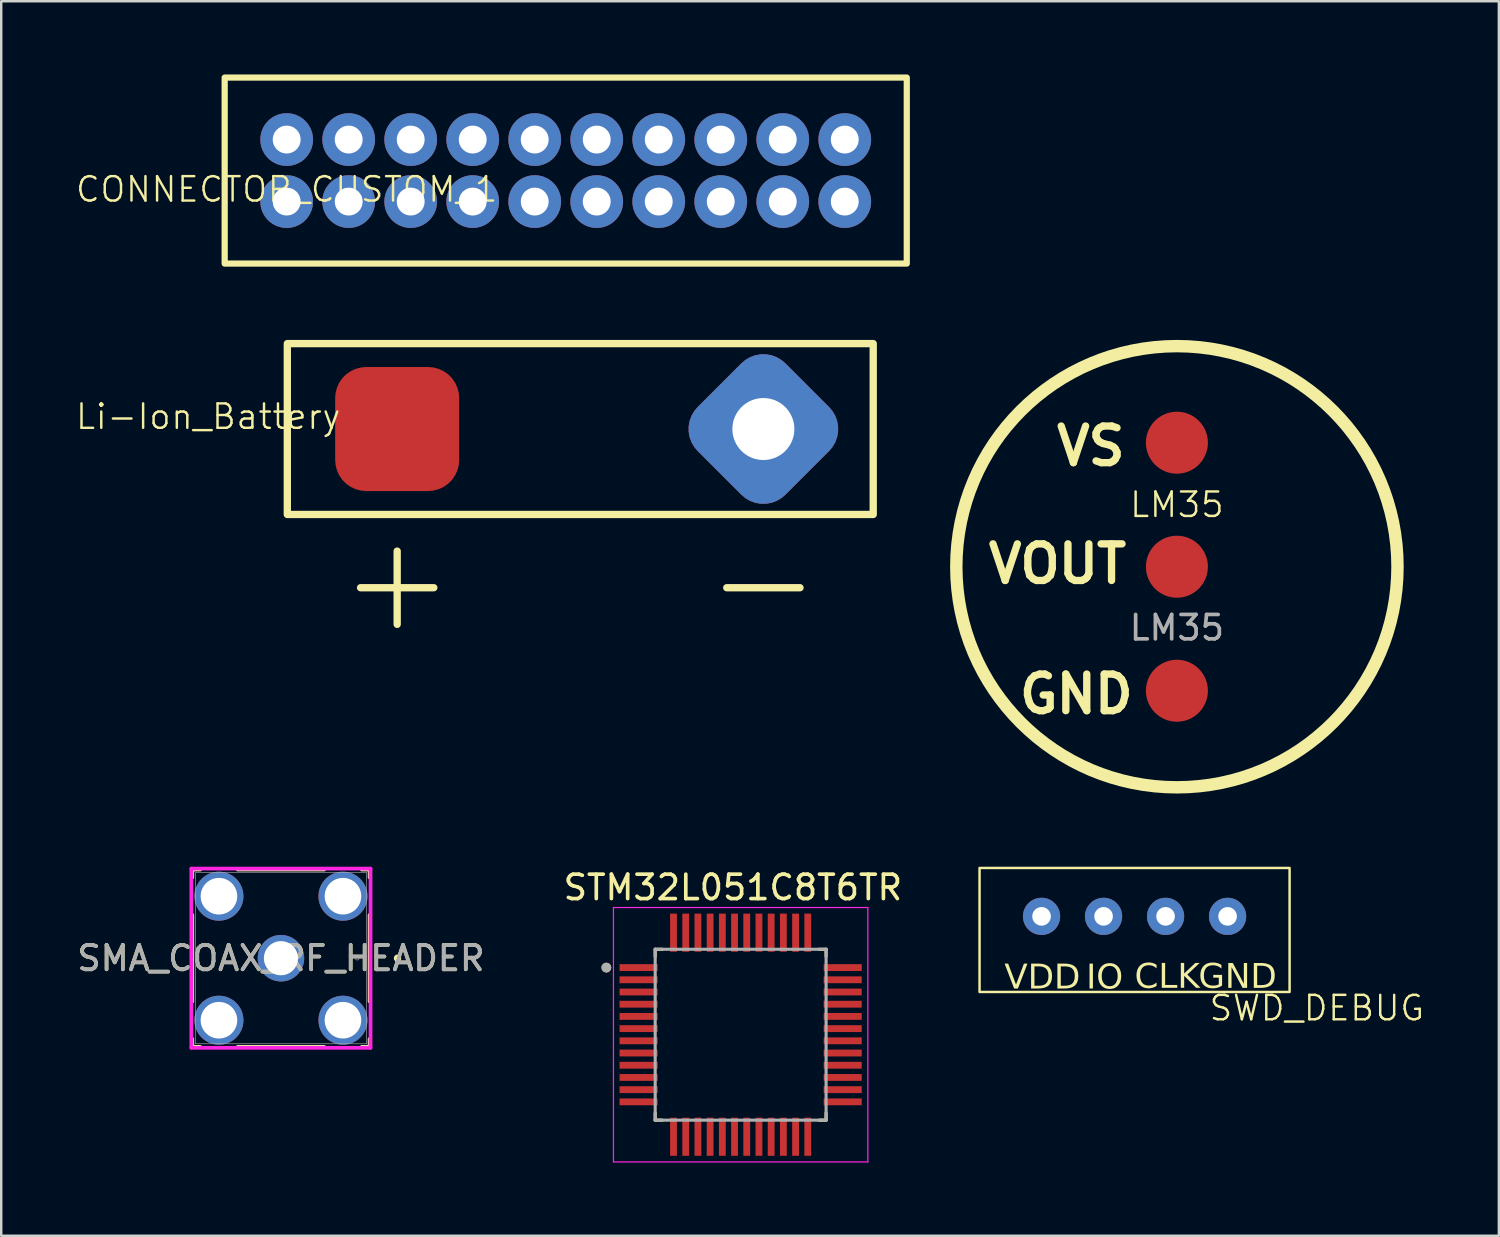
<source format=kicad_pcb>
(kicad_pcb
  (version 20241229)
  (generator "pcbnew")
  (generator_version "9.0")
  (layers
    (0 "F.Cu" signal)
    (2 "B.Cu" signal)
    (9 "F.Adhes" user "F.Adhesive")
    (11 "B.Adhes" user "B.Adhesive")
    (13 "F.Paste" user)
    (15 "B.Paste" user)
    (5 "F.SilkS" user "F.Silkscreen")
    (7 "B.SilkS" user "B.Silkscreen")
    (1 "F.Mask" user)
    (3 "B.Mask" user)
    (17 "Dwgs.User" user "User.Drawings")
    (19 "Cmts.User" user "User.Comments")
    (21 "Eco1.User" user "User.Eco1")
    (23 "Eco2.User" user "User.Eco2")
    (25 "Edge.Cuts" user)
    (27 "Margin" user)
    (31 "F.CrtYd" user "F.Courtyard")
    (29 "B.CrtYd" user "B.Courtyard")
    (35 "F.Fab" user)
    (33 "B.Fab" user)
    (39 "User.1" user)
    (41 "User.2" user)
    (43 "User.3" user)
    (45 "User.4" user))
  (footprint "Li-Ion_Battery"
    (layer "F.Cu")
    (at 20.719 14.524)
    (property "Reference" "Li-Ion_Battery" (at -15.24 -0.508 0) (unlocked yes) (layer "F.SilkS") (effects (font (size 1 1) (thickness 0.1))))
    (attr smd)
    (fp_line (start -9 6.5) (end -6 6.5) (stroke (width 0.3) (type default)) (layer "F.SilkS"))
    (fp_line (start -7.5 5) (end -7.5 8) (stroke (width 0.3) (type default)) (layer "F.SilkS"))
    (fp_line (start 6 6.5) (end 9 6.5) (stroke (width 0.3) (type default)) (layer "F.SilkS"))
    (fp_rect (start -12 -3.5) (end 12 3.5) (stroke (width 0.3) (type default)) (fill no) (layer "F.SilkS"))
    (pad "1" smd roundrect (at -7.5 0) (size 5.08 5.08) (layers "F.Cu" "F.Mask" "F.Paste") (roundrect_rratio 0.25))
    (pad "2" thru_hole roundrect (at 7.5 0 45) (size 5.08 5.08) (drill 2.54) (layers "*.Cu" "*.Mask") (roundrect_rratio 0.25)))
  (footprint "SMA_COAX_RF_HEADER"
    (layer "F.Cu")
    (at 8.458 36.2)
    (property "Reference" "SMA_COAX_RF_HEADER" (at 0 0 0) (unlocked yes) (layer "F.SilkS") (effects (font (size 1 1) (thickness 0.15))))
    (attr through_hole)
    (fp_line (start -3.632 -3.632) (end -3.632 -3.309) (stroke (width 0.152) (type solid)) (layer "F.SilkS"))
    (fp_line (start -3.632 -1.771) (end -3.632 1.771) (stroke (width 0.152) (type solid)) (layer "F.SilkS"))
    (fp_line (start -3.632 3.309) (end -3.632 3.632) (stroke (width 0.152) (type solid)) (layer "F.SilkS"))
    (fp_line (start -3.632 3.632) (end -3.309 3.632) (stroke (width 0.152) (type solid)) (layer "F.SilkS"))
    (fp_line (start -3.309 -3.632) (end -3.632 -3.632) (stroke (width 0.152) (type solid)) (layer "F.SilkS"))
    (fp_line (start -1.771 3.632) (end 1.771 3.632) (stroke (width 0.152) (type solid)) (layer "F.SilkS"))
    (fp_line (start 1.771 -3.632) (end -1.771 -3.632) (stroke (width 0.152) (type solid)) (layer "F.SilkS"))
    (fp_line (start 3.309 3.632) (end 3.632 3.632) (stroke (width 0.152) (type solid)) (layer "F.SilkS"))
    (fp_line (start 3.632 -3.632) (end 3.309 -3.632) (stroke (width 0.152) (type solid)) (layer "F.SilkS"))
    (fp_line (start 3.632 -3.309) (end 3.632 -3.632) (stroke (width 0.152) (type solid)) (layer "F.SilkS"))
    (fp_line (start 3.632 1.771) (end 3.632 -1.771) (stroke (width 0.152) (type solid)) (layer "F.SilkS"))
    (fp_line (start 3.632 3.632) (end 3.632 3.309) (stroke (width 0.152) (type solid)) (layer "F.SilkS"))
    (fp_circle (center 4.775 0) (end 4.851 0) (stroke (width 0.152) (type solid)) (fill no) (layer "F.SilkS"))
    (fp_line (start -3.67 -3.67) (end 3.67 -3.67) (stroke (width 0.152) (type solid)) (layer "F.CrtYd"))
    (fp_line (start -3.67 3.67) (end -3.67 -3.67) (stroke (width 0.152) (type solid)) (layer "F.CrtYd"))
    (fp_line (start 3.67 -3.67) (end 3.67 3.67) (stroke (width 0.152) (type solid)) (layer "F.CrtYd"))
    (fp_line (start 3.67 3.67) (end -3.67 3.67) (stroke (width 0.152) (type solid)) (layer "F.CrtYd"))
    (fp_line (start -3.505 -3.505) (end -3.505 3.505) (stroke (width 0.025) (type solid)) (layer "F.Fab"))
    (fp_line (start -3.505 3.505) (end 3.505 3.505) (stroke (width 0.025) (type solid)) (layer "F.Fab"))
    (fp_line (start 3.505 -3.505) (end -3.505 -3.505) (stroke (width 0.025) (type solid)) (layer "F.Fab"))
    (fp_line (start 3.505 3.505) (end 3.505 -3.505) (stroke (width 0.025) (type solid)) (layer "F.Fab"))
    (fp_circle (center 3.124 0) (end 3.2 0) (stroke (width 0.025) (type solid)) (fill no) (layer "F.Fab"))
    (fp_text user "${REFERENCE}" (at 0 0 0) (unlocked yes) (layer "F.Fab") (effects (font (size 1 1) (thickness 0.15))))
    (pad "1" thru_hole circle (at 2.54 -2.54) (size 2.007 2.007) (drill 1.499) (layers "*.Cu" "*.Mask"))
    (pad "2" thru_hole circle (at -2.54 -2.54) (size 2.007 2.007) (drill 1.499) (layers "*.Cu" "*.Mask"))
    (pad "3" thru_hole circle (at -2.54 2.54) (size 2.007 2.007) (drill 1.499) (layers "*.Cu" "*.Mask"))
    (pad "4" thru_hole circle (at 2.54 2.54) (size 2.007 2.007) (drill 1.499) (layers "*.Cu" "*.Mask"))
    (pad "5" thru_hole circle (at 0 0) (size 1.905 1.905) (drill 1.397) (layers "*.Cu" "*.Mask")))
  (footprint "SWD_DEBUG"
    (layer "F.Cu")
    (at 43.83 35.805)
    (property "Reference" "SWD_DEBUG" (at 7.061 2.438 0) (unlocked yes) (layer "F.SilkS") (effects (font (size 1 1) (thickness 0.1))))
    (attr smd)
    (fp_rect (start -6.756 -3.302) (end 5.944 1.778) (stroke (width 0.1) (type default)) (fill no) (layer "F.SilkS"))
    (fp_text user "VDD" (at -5.74 1.806 0) (unlocked yes) (layer "F.SilkS") (effects (font (face "Exo 2") (size 1 1) (thickness 0.1)) (justify left bottom)))
    (fp_text user "GND" (at 2.21 1.78 0) (unlocked yes) (layer "F.SilkS") (effects (font (face "Exo 2") (size 1 1) (thickness 0.1)) (justify left bottom)))
    (fp_text user "IO" (at -2.388 1.806 0) (unlocked yes) (layer "F.SilkS") (effects (font (face "Exo 2") (size 1 1) (thickness 0.1)) (justify left bottom)))
    (fp_text user "CLK" (at -0.406 1.778 0) (unlocked yes) (layer "F.SilkS") (effects (font (face "Exo 2") (size 1 1) (thickness 0.1)) (justify left bottom)))
    (pad "1" thru_hole circle (at -4.216 -1.319) (size 1.524 1.524) (drill 0.762) (layers "*.Cu" "*.Mask"))
    (pad "2" thru_hole circle (at -1.676 -1.319) (size 1.524 1.524) (drill 0.762) (layers "*.Cu" "*.Mask"))
    (pad "3" thru_hole circle (at 0.864 -1.319) (size 1.524 1.524) (drill 0.762) (layers "*.Cu" "*.Mask"))
    (pad "4" thru_hole circle (at 3.404 -1.319) (size 1.524 1.524) (drill 0.762) (layers "*.Cu" "*.Mask")))
  (footprint "LM35"
    (layer "F.Cu")
    (at 45.158 20.164)
    (property "Reference" "LM35" (at 0 -2.54 0) (unlocked yes) (layer "F.SilkS") (effects (font (size 1 1) (thickness 0.1))))
    (attr smd)
    (fp_circle (center 0 0) (end 9.036 0) (stroke (width 0.508) (type default)) (fill no) (layer "F.SilkS"))
    (fp_text user "VOUT" (at -7.874 0.762 0) (unlocked yes) (layer "F.SilkS") (effects (font (size 1.5 1.5) (thickness 0.3) (bold yes)) (justify left bottom)))
    (fp_text user "VS" (at -5.08 -4.064 0) (unlocked yes) (layer "F.SilkS") (effects (font (size 1.5 1.5) (thickness 0.3) (bold yes)) (justify left bottom)))
    (fp_text user "GND" (at -6.604 6.096 0) (unlocked yes) (layer "F.SilkS") (effects (font (size 1.5 1.5) (thickness 0.3) (bold yes)) (justify left bottom)))
    (fp_text user "${REFERENCE}" (at 0 2.5 0) (unlocked yes) (layer "F.Fab") (effects (font (size 1 1) (thickness 0.15))))
    (pad "1" smd circle (at 0 -5.08) (size 2.54 2.54) (layers "F.Cu" "F.Mask" "F.Paste"))
    (pad "2" smd circle (at 0 0) (size 2.54 2.54) (layers "F.Cu" "F.Mask" "F.Paste"))
    (pad "3" smd circle (at 0 5.08) (size 2.54 2.54) (layers "F.Cu" "F.Mask" "F.Paste")))
  (footprint "CONNECTOR_CUSTOM_1"
    (layer "F.Cu")
    (at 8.693 5.207)
    (property "Reference" "CONNECTOR_CUSTOM_1" (at 0 -0.5 0) (unlocked yes) (layer "F.SilkS") (effects (font (size 1 1) (thickness 0.1))))
    (attr smd)
    (fp_rect (start -2.54 -5.08) (end 25.4 2.54) (stroke (width 0.254) (type default)) (fill no) (layer "F.SilkS"))
    (pad "1" thru_hole circle (at 0 -2.54) (size 2.159 2.159) (drill 1.143) (layers "*.Cu" "*.Mask"))
    (pad "2" thru_hole circle (at 2.54 -2.54) (size 2.159 2.159) (drill 1.143) (layers "*.Cu" "*.Mask"))
    (pad "3" thru_hole circle (at 5.08 -2.54) (size 2.159 2.159) (drill 1.143) (layers "*.Cu" "*.Mask"))
    (pad "4" thru_hole circle (at 7.62 -2.54) (size 2.159 2.159) (drill 1.143) (layers "*.Cu" "*.Mask"))
    (pad "5" thru_hole circle (at 10.16 -2.54) (size 2.159 2.159) (drill 1.143) (layers "*.Cu" "*.Mask"))
    (pad "6" thru_hole circle (at 12.7 -2.54) (size 2.159 2.159) (drill 1.143) (layers "*.Cu" "*.Mask"))
    (pad "7" thru_hole circle (at 15.24 -2.54) (size 2.159 2.159) (drill 1.143) (layers "*.Cu" "*.Mask"))
    (pad "8" thru_hole circle (at 17.78 -2.54) (size 2.159 2.159) (drill 1.143) (layers "*.Cu" "*.Mask"))
    (pad "9" thru_hole circle (at 20.32 -2.54) (size 2.159 2.159) (drill 1.143) (layers "*.Cu" "*.Mask"))
    (pad "10" thru_hole circle (at 22.86 -2.54) (size 2.159 2.159) (drill 1.143) (layers "*.Cu" "*.Mask"))
    (pad "11" thru_hole circle (at 0 0) (size 2.159 2.159) (drill 1.143) (layers "*.Cu" "*.Mask"))
    (pad "12" thru_hole circle (at 2.54 0) (size 2.159 2.159) (drill 1.143) (layers "*.Cu" "*.Mask"))
    (pad "13" thru_hole circle (at 5.08 0) (size 2.159 2.159) (drill 1.143) (layers "*.Cu" "*.Mask"))
    (pad "14" thru_hole circle (at 7.62 0) (size 2.159 2.159) (drill 1.143) (layers "*.Cu" "*.Mask"))
    (pad "15" thru_hole circle (at 10.16 0) (size 2.159 2.159) (drill 1.143) (layers "*.Cu" "*.Mask"))
    (pad "16" thru_hole circle (at 12.7 0) (size 2.159 2.159) (drill 1.143) (layers "*.Cu" "*.Mask"))
    (pad "17" thru_hole circle (at 15.24 0) (size 2.159 2.159) (drill 1.143) (layers "*.Cu" "*.Mask"))
    (pad "18" thru_hole circle (at 17.78 0) (size 2.159 2.159) (drill 1.143) (layers "*.Cu" "*.Mask"))
    (pad "19" thru_hole circle (at 20.32 0) (size 2.159 2.159) (drill 1.143) (layers "*.Cu" "*.Mask"))
    (pad "20" thru_hole circle (at 22.86 0) (size 2.159 2.159) (drill 1.143) (layers "*.Cu" "*.Mask")))
  (footprint "STM32L051C8T6TR"
    (layer "F.Cu")
    (at 27.288 39.334)
    (property "Reference" "STM32L051C8T6TR" (at -0.318 -6.032 0) (layer "F.SilkS") (effects (font (size 1 1) (thickness 0.15))))
    (attr smd)
    (fp_line (start -3.5 -3.5) (end -3.5 -3.21) (stroke (width 0.127) (type solid)) (layer "F.SilkS"))
    (fp_line (start -3.5 -3.5) (end -3.21 -3.5) (stroke (width 0.127) (type solid)) (layer "F.SilkS"))
    (fp_line (start -3.5 3.5) (end -3.5 3.21) (stroke (width 0.127) (type solid)) (layer "F.SilkS"))
    (fp_line (start -3.5 3.5) (end -3.21 3.5) (stroke (width 0.127) (type solid)) (layer "F.SilkS"))
    (fp_line (start 3.5 -3.5) (end 3.21 -3.5) (stroke (width 0.127) (type solid)) (layer "F.SilkS"))
    (fp_line (start 3.5 -3.5) (end 3.5 -3.21) (stroke (width 0.127) (type solid)) (layer "F.SilkS"))
    (fp_line (start 3.5 3.5) (end 3.21 3.5) (stroke (width 0.127) (type solid)) (layer "F.SilkS"))
    (fp_line (start 3.5 3.5) (end 3.5 3.21) (stroke (width 0.127) (type solid)) (layer "F.SilkS"))
    (fp_circle (center -5.5 -2.75) (end -5.4 -2.75) (stroke (width 0.2) (type solid)) (fill no) (layer "F.SilkS"))
    (fp_line (start -5.21 -5.21) (end 5.21 -5.21) (stroke (width 0.05) (type solid)) (layer "F.CrtYd"))
    (fp_line (start -5.21 5.21) (end -5.21 -5.21) (stroke (width 0.05) (type solid)) (layer "F.CrtYd"))
    (fp_line (start 5.21 -5.21) (end 5.21 5.21) (stroke (width 0.05) (type solid)) (layer "F.CrtYd"))
    (fp_line (start 5.21 5.21) (end -5.21 5.21) (stroke (width 0.05) (type solid)) (layer "F.CrtYd"))
    (fp_line (start -3.5 -3.5) (end 3.5 -3.5) (stroke (width 0.127) (type solid)) (layer "F.Fab"))
    (fp_line (start -3.5 3.5) (end -3.5 -3.5) (stroke (width 0.127) (type solid)) (layer "F.Fab"))
    (fp_line (start 3.5 -3.5) (end 3.5 3.5) (stroke (width 0.127) (type solid)) (layer "F.Fab"))
    (fp_line (start 3.5 3.5) (end -3.5 3.5) (stroke (width 0.127) (type solid)) (layer "F.Fab"))
    (fp_circle (center -5.5 -2.75) (end -5.4 -2.75) (stroke (width 0.2) (type solid)) (fill no) (layer "F.Fab"))
    (pad "1" smd rect (at -4.18 -2.75) (size 1.56 0.28) (layers "F.Cu" "F.Mask" "F.Paste"))
    (pad "2" smd rect (at -4.18 -2.25) (size 1.56 0.28) (layers "F.Cu" "F.Mask" "F.Paste"))
    (pad "3" smd rect (at -4.18 -1.75) (size 1.56 0.28) (layers "F.Cu" "F.Mask" "F.Paste"))
    (pad "4" smd rect (at -4.18 -1.25) (size 1.56 0.28) (layers "F.Cu" "F.Mask" "F.Paste"))
    (pad "5" smd rect (at -4.18 -0.75) (size 1.56 0.28) (layers "F.Cu" "F.Mask" "F.Paste"))
    (pad "6" smd rect (at -4.18 -0.25) (size 1.56 0.28) (layers "F.Cu" "F.Mask" "F.Paste"))
    (pad "7" smd rect (at -4.18 0.25) (size 1.56 0.28) (layers "F.Cu" "F.Mask" "F.Paste"))
    (pad "8" smd rect (at -4.18 0.75) (size 1.56 0.28) (layers "F.Cu" "F.Mask" "F.Paste"))
    (pad "9" smd rect (at -4.18 1.25) (size 1.56 0.28) (layers "F.Cu" "F.Mask" "F.Paste"))
    (pad "10" smd rect (at -4.18 1.75) (size 1.56 0.28) (layers "F.Cu" "F.Mask" "F.Paste"))
    (pad "11" smd rect (at -4.18 2.25) (size 1.56 0.28) (layers "F.Cu" "F.Mask" "F.Paste"))
    (pad "12" smd rect (at -4.18 2.75) (size 1.56 0.28) (layers "F.Cu" "F.Mask" "F.Paste"))
    (pad "13" smd rect (at -2.75 4.18) (size 0.28 1.56) (layers "F.Cu" "F.Mask" "F.Paste"))
    (pad "14" smd rect (at -2.25 4.18) (size 0.28 1.56) (layers "F.Cu" "F.Mask" "F.Paste"))
    (pad "15" smd rect (at -1.75 4.18) (size 0.28 1.56) (layers "F.Cu" "F.Mask" "F.Paste"))
    (pad "16" smd rect (at -1.25 4.18) (size 0.28 1.56) (layers "F.Cu" "F.Mask" "F.Paste"))
    (pad "17" smd rect (at -0.75 4.18) (size 0.28 1.56) (layers "F.Cu" "F.Mask" "F.Paste"))
    (pad "18" smd rect (at -0.25 4.18) (size 0.28 1.56) (layers "F.Cu" "F.Mask" "F.Paste"))
    (pad "19" smd rect (at 0.25 4.18) (size 0.28 1.56) (layers "F.Cu" "F.Mask" "F.Paste"))
    (pad "20" smd rect (at 0.75 4.18) (size 0.28 1.56) (layers "F.Cu" "F.Mask" "F.Paste"))
    (pad "21" smd rect (at 1.25 4.18) (size 0.28 1.56) (layers "F.Cu" "F.Mask" "F.Paste"))
    (pad "22" smd rect (at 1.75 4.18) (size 0.28 1.56) (layers "F.Cu" "F.Mask" "F.Paste"))
    (pad "23" smd rect (at 2.25 4.18) (size 0.28 1.56) (layers "F.Cu" "F.Mask" "F.Paste"))
    (pad "24" smd rect (at 2.75 4.18) (size 0.28 1.56) (layers "F.Cu" "F.Mask" "F.Paste"))
    (pad "25" smd rect (at 4.18 2.75) (size 1.56 0.28) (layers "F.Cu" "F.Mask" "F.Paste"))
    (pad "26" smd rect (at 4.18 2.25) (size 1.56 0.28) (layers "F.Cu" "F.Mask" "F.Paste"))
    (pad "27" smd rect (at 4.18 1.75) (size 1.56 0.28) (layers "F.Cu" "F.Mask" "F.Paste"))
    (pad "28" smd rect (at 4.18 1.25) (size 1.56 0.28) (layers "F.Cu" "F.Mask" "F.Paste"))
    (pad "29" smd rect (at 4.18 0.75) (size 1.56 0.28) (layers "F.Cu" "F.Mask" "F.Paste"))
    (pad "30" smd rect (at 4.18 0.25) (size 1.56 0.28) (layers "F.Cu" "F.Mask" "F.Paste"))
    (pad "31" smd rect (at 4.18 -0.25) (size 1.56 0.28) (layers "F.Cu" "F.Mask" "F.Paste"))
    (pad "32" smd rect (at 4.18 -0.75) (size 1.56 0.28) (layers "F.Cu" "F.Mask" "F.Paste"))
    (pad "33" smd rect (at 4.18 -1.25) (size 1.56 0.28) (layers "F.Cu" "F.Mask" "F.Paste"))
    (pad "34" smd rect (at 4.18 -1.75) (size 1.56 0.28) (layers "F.Cu" "F.Mask" "F.Paste"))
    (pad "35" smd rect (at 4.18 -2.25) (size 1.56 0.28) (layers "F.Cu" "F.Mask" "F.Paste"))
    (pad "36" smd rect (at 4.18 -2.75) (size 1.56 0.28) (layers "F.Cu" "F.Mask" "F.Paste"))
    (pad "37" smd rect (at 2.75 -4.18) (size 0.28 1.56) (layers "F.Cu" "F.Mask" "F.Paste"))
    (pad "38" smd rect (at 2.25 -4.18) (size 0.28 1.56) (layers "F.Cu" "F.Mask" "F.Paste"))
    (pad "39" smd rect (at 1.75 -4.18) (size 0.28 1.56) (layers "F.Cu" "F.Mask" "F.Paste"))
    (pad "40" smd rect (at 1.25 -4.18) (size 0.28 1.56) (layers "F.Cu" "F.Mask" "F.Paste"))
    (pad "41" smd rect (at 0.75 -4.18) (size 0.28 1.56) (layers "F.Cu" "F.Mask" "F.Paste"))
    (pad "42" smd rect (at 0.25 -4.18) (size 0.28 1.56) (layers "F.Cu" "F.Mask" "F.Paste"))
    (pad "43" smd rect (at -0.25 -4.18) (size 0.28 1.56) (layers "F.Cu" "F.Mask" "F.Paste"))
    (pad "44" smd rect (at -0.75 -4.18) (size 0.28 1.56) (layers "F.Cu" "F.Mask" "F.Paste"))
    (pad "45" smd rect (at -1.25 -4.18) (size 0.28 1.56) (layers "F.Cu" "F.Mask" "F.Paste"))
    (pad "46" smd rect (at -1.75 -4.18) (size 0.28 1.56) (layers "F.Cu" "F.Mask" "F.Paste"))
    (pad "47" smd rect (at -2.25 -4.18) (size 0.28 1.56) (layers "F.Cu" "F.Mask" "F.Paste"))
    (pad "48" smd rect (at -2.75 -4.18) (size 0.28 1.56) (layers "F.Cu" "F.Mask" "F.Paste")))
  (gr_rect
    (start -3 -3)
    (end 58.346 47.569)
    (stroke (width 0.1) (type default))
    (fill no)
    (layer "Edge.Cuts")))
</source>
